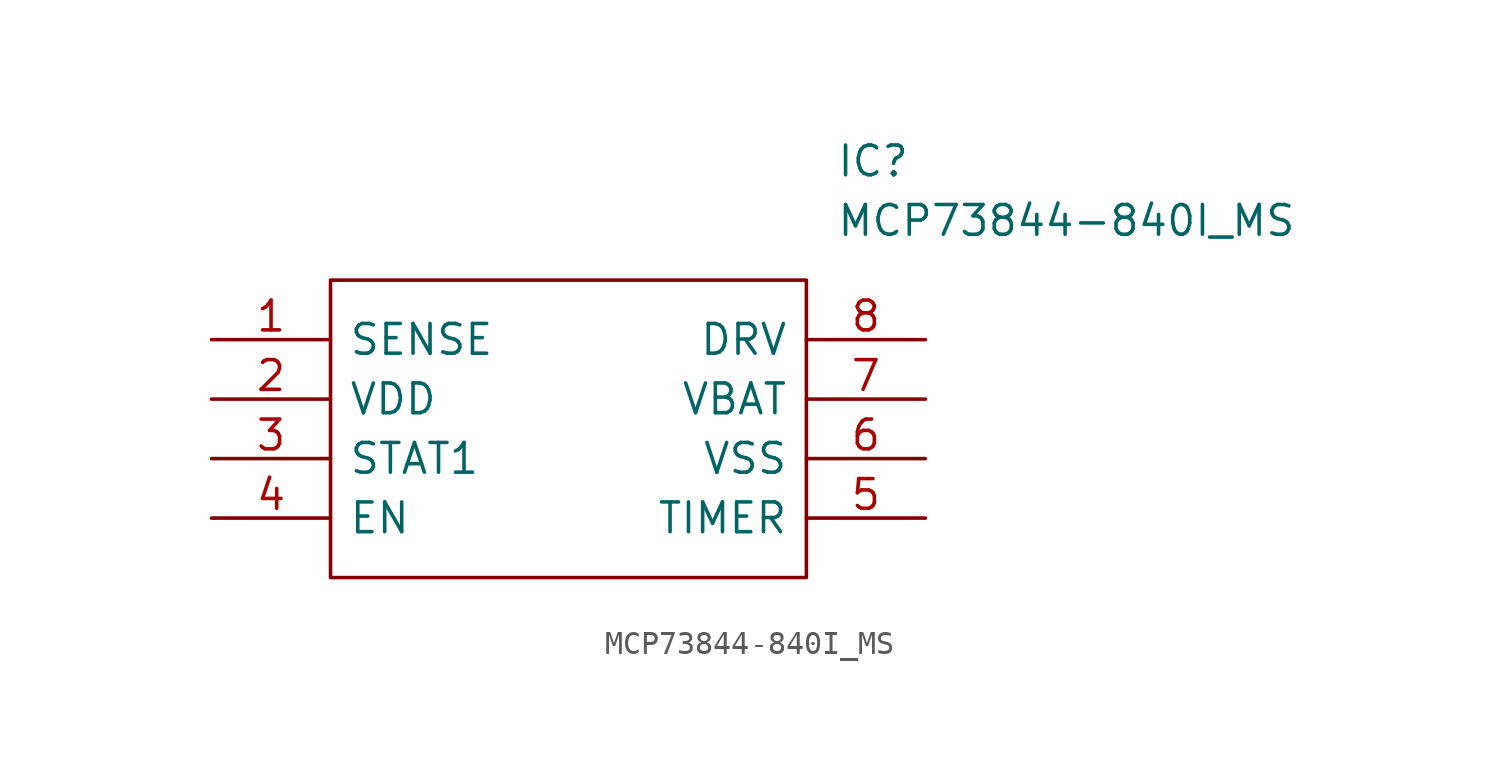
<source format=kicad_sym>
(kicad_symbol_lib
  (version 20220914)
  (generator kicad_symbol_editor)
  (symbol "MCP73844-840I_MS"
    (pin_names
      (offset 0.762))
    (property "Reference" "IC"
      (at 26.67 7.62 0)
      (effects (font (size 1.27 1.27)) (justify left)))
    (property "Value" "MCP73844-840I_MS"
      (at 26.67 5.08 0)
      (effects (font (size 1.27 1.27)) (justify left)))
    (symbol "MCP73844-840I_MS_0_0"
      (pin passive line (at 0 0 0) (length 5.08) (name "SENSE" (effects (font (size 1.27 1.27)))) (number "1" (effects (font (size 1.27 1.27)))))
      (pin passive line (at 0 -2.54 0) (length 5.08) (name "VDD" (effects (font (size 1.27 1.27)))) (number "2" (effects (font (size 1.27 1.27)))))
      (pin passive line (at 0 -5.08 0) (length 5.08) (name "STAT1" (effects (font (size 1.27 1.27)))) (number "3" (effects (font (size 1.27 1.27)))))
      (pin passive line (at 0 -7.62 0) (length 5.08) (name "EN" (effects (font (size 1.27 1.27)))) (number "4" (effects (font (size 1.27 1.27)))))
      (pin passive line (at 30.48 -7.62 180) (length 5.08) (name "TIMER" (effects (font (size 1.27 1.27)))) (number "5" (effects (font (size 1.27 1.27)))))
      (pin passive line (at 30.48 -5.08 180) (length 5.08) (name "VSS" (effects (font (size 1.27 1.27)))) (number "6" (effects (font (size 1.27 1.27)))))
      (pin passive line (at 30.48 -2.54 180) (length 5.08) (name "VBAT" (effects (font (size 1.27 1.27)))) (number "7" (effects (font (size 1.27 1.27)))))
      (pin passive line (at 30.48 0 180) (length 5.08) (name "DRV" (effects (font (size 1.27 1.27)))) (number "8" (effects (font (size 1.27 1.27))))))
    (symbol "MCP73844-840I_MS_0_1"
      (polyline (pts (xy 5.08 2.54) (xy 25.4 2.54) (xy 25.4 -10.16) (xy 5.08 -10.16) (xy 5.08 2.54)) (stroke (width 0.152) (type solid)) (fill (type none))))))
</source>
